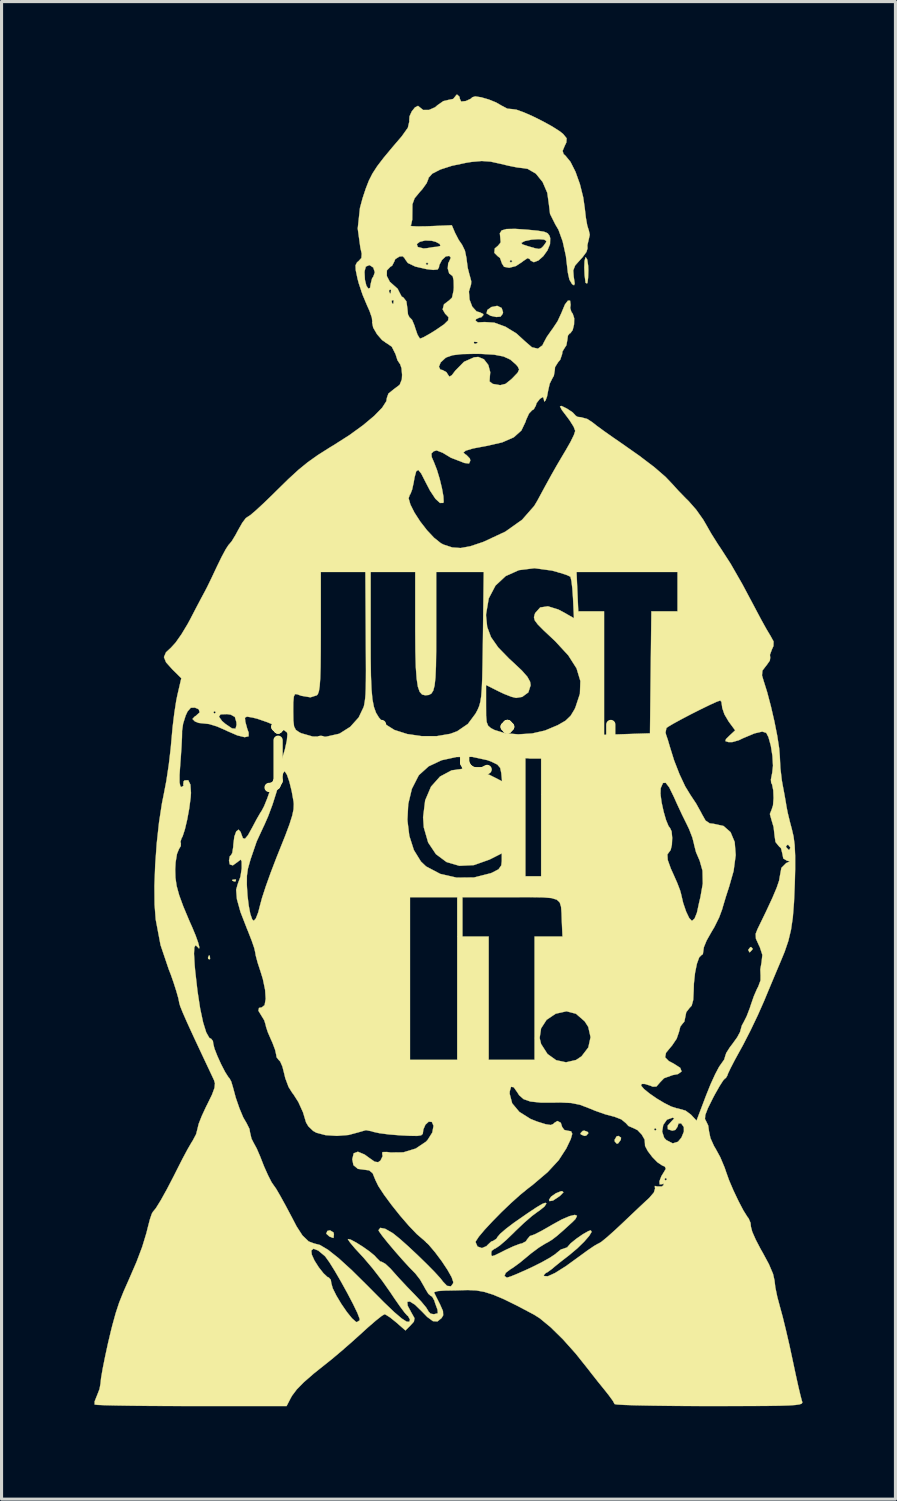
<source format=kicad_pcb>
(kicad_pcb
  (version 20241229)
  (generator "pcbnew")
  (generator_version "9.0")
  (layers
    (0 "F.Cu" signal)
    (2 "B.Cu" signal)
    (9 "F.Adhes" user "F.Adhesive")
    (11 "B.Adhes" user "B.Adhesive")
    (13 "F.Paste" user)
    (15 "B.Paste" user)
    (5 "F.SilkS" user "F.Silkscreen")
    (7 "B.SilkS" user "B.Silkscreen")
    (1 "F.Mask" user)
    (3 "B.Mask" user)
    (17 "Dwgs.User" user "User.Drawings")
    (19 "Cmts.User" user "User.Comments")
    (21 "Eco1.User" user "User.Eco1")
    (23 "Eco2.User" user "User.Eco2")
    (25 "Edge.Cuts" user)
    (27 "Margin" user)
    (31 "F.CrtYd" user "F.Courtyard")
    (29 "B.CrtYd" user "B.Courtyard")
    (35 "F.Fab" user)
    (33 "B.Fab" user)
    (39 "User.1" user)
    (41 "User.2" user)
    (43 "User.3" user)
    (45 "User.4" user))
  (footprint "just-ci-it"
    (layer "F.Cu")
    (at 11.37 21.172)
    (property "Reference" "just-ci-it" (at 0 0 0) (layer "F.SilkS") (effects (font (size 1.524 1.524) (thickness 0.3))))
    (attr through_hole)
    (fp_poly (pts (xy -7.648 6.632) (xy -7.638 6.733) (xy -7.648 6.745) (xy -7.699 6.733) (xy -7.705 6.689) (xy -7.674 6.619) (xy -7.648 6.632)) (stroke (width 0.01) (type solid)) (fill yes) (layer "F.SilkS"))
    (fp_poly (pts (xy -6.802 4.177) (xy -6.813 4.227) (xy -6.858 4.233) (xy -6.928 4.202) (xy -6.914 4.177) (xy -6.814 4.167) (xy -6.802 4.177)) (stroke (width 0.01) (type solid)) (fill yes) (layer "F.SilkS"))
    (fp_poly (pts (xy 4.558 12.322) (xy 4.572 12.361) (xy 4.503 12.436) (xy 4.445 12.446) (xy 4.332 12.4) (xy 4.318 12.361) (xy 4.387 12.286) (xy 4.445 12.277) (xy 4.558 12.322)) (stroke (width 0.01) (type solid)) (fill yes) (layer "F.SilkS"))
    (fp_poly (pts (xy 5.628 12.502) (xy 5.619 12.573) (xy 5.536 12.685) (xy 5.494 12.7) (xy 5.427 12.631) (xy 5.419 12.573) (xy 5.485 12.461) (xy 5.543 12.446) (xy 5.628 12.502)) (stroke (width 0.01) (type solid)) (fill yes) (layer "F.SilkS"))
    (fp_poly (pts (xy 9.877 6.402) (xy 9.864 6.435) (xy 9.788 6.515) (xy 9.774 6.519) (xy 9.738 6.454) (xy 9.737 6.435) (xy 9.802 6.353) (xy 9.826 6.35) (xy 9.877 6.402)) (stroke (width 0.01) (type solid)) (fill yes) (layer "F.SilkS"))
    (fp_poly (pts (xy -3.655 15.562) (xy -3.641 15.621) (xy -3.652 15.73) (xy -3.662 15.741) (xy -3.747 15.709) (xy -3.789 15.692) (xy -3.888 15.602) (xy -3.854 15.515) (xy -3.768 15.494) (xy -3.655 15.562)) (stroke (width 0.01) (type solid)) (fill yes) (layer "F.SilkS"))
    (fp_poly (pts (xy 1.773 -14.281) (xy 1.819 -14.141) (xy 1.806 -14.091) (xy 1.738 -14.001) (xy 1.601 -13.989) (xy 1.418 -14.028) (xy 1.285 -14.106) (xy 1.312 -14.216) (xy 1.445 -14.312) (xy 1.63 -14.349) (xy 1.773 -14.281)) (stroke (width 0.01) (type solid)) (fill yes) (layer "F.SilkS"))
    (fp_poly (pts (xy 3.769 14.266) (xy 3.662 14.376) (xy 3.641 14.393) (xy 3.431 14.533) (xy 3.319 14.551) (xy 3.302 14.509) (xy 3.37 14.407) (xy 3.523 14.299) (xy 3.687 14.233) (xy 3.725 14.229) (xy 3.769 14.266)) (stroke (width 0.01) (type solid)) (fill yes) (layer "F.SilkS"))
    (fp_poly (pts (xy 4.537 -15.841) (xy 4.566 -15.646) (xy 4.572 -15.494) (xy 4.564 -15.252) (xy 4.545 -15.099) (xy 4.53 -15.071) (xy 4.483 -15.092) (xy 4.452 -15.335) (xy 4.441 -15.589) (xy 4.45 -15.799) (xy 4.479 -15.911) (xy 4.49 -15.917) (xy 4.537 -15.841)) (stroke (width 0.01) (type solid)) (fill yes) (layer "F.SilkS"))
    (fp_poly (pts (xy 2.582 -16.809) (xy 2.928 -16.776) (xy 3.142 -16.742) (xy 3.26 -16.691) (xy 3.317 -16.612) (xy 3.341 -16.537) (xy 3.335 -16.343) (xy 3.251 -16.138) (xy 3.116 -15.951) (xy 2.96 -15.814) (xy 2.813 -15.758) (xy 2.705 -15.813) (xy 2.686 -15.854) (xy 2.614 -15.891) (xy 2.464 -15.791) (xy 2.44 -15.769) (xy 2.231 -15.633) (xy 2.019 -15.578) (xy 1.852 -15.609) (xy 1.778 -15.726) (xy 1.778 -15.739) (xy 1.759 -15.79) (xy 2.032 -15.79) (xy 2.074 -15.748) (xy 2.117 -15.79) (xy 2.074 -15.833) (xy 2.032 -15.79) (xy 1.759 -15.79) (xy 1.719 -15.897) (xy 1.651 -15.948) (xy 1.538 -16.059) (xy 1.551 -16.202) (xy 1.653 -16.287) (xy 1.73 -16.379) (xy 2.407 -16.379) (xy 2.444 -16.334) (xy 2.625 -16.274) (xy 2.856 -16.207) (xy 2.979 -16.186) (xy 3.05 -16.211) (xy 3.116 -16.273) (xy 3.205 -16.397) (xy 3.217 -16.442) (xy 3.144 -16.488) (xy 2.966 -16.502) (xy 2.743 -16.487) (xy 2.537 -16.444) (xy 2.498 -16.43) (xy 2.407 -16.379) (xy 1.73 -16.379) (xy 1.743 -16.395) (xy 1.731 -16.541) (xy 1.715 -16.691) (xy 1.774 -16.784) (xy 1.931 -16.829) (xy 2.21 -16.834) (xy 2.582 -16.809)) (stroke (width 0.01) (type solid)) (fill yes) (layer "F.SilkS"))
    (fp_poly (pts (xy 0.413 -21.098) (xy 0.423 -21.034) (xy 0.466 -20.944) (xy 0.614 -20.96) (xy 0.772 -21.031) (xy 0.829 -21.083) (xy 0.921 -21.11) (xy 1.113 -21.081) (xy 1.355 -21.011) (xy 1.592 -20.916) (xy 1.77 -20.813) (xy 1.959 -20.714) (xy 2.114 -20.7) (xy 2.249 -20.682) (xy 2.488 -20.596) (xy 2.789 -20.463) (xy 3.111 -20.302) (xy 3.413 -20.135) (xy 3.654 -19.981) (xy 3.762 -19.893) (xy 3.871 -19.758) (xy 3.862 -19.624) (xy 3.811 -19.518) (xy 3.741 -19.351) (xy 3.774 -19.248) (xy 3.832 -19.197) (xy 3.995 -18.998) (xy 4.157 -18.677) (xy 4.3 -18.278) (xy 4.407 -17.849) (xy 4.455 -17.513) (xy 4.492 -17.196) (xy 4.537 -16.942) (xy 4.581 -16.801) (xy 4.585 -16.795) (xy 4.617 -16.643) (xy 4.586 -16.499) (xy 4.541 -16.309) (xy 4.545 -16.203) (xy 4.511 -16.09) (xy 4.385 -15.918) (xy 4.313 -15.84) (xy 4.146 -15.652) (xy 4.084 -15.492) (xy 4.1 -15.286) (xy 4.104 -15.264) (xy 4.132 -15.07) (xy 4.11 -15.013) (xy 4.047 -15.05) (xy 3.961 -15.197) (xy 3.912 -15.418) (xy 3.911 -15.426) (xy 3.848 -15.958) (xy 3.743 -16.432) (xy 3.608 -16.805) (xy 3.507 -16.976) (xy 3.336 -17.318) (xy 3.302 -17.602) (xy 3.247 -17.998) (xy 3.096 -18.348) (xy 2.877 -18.618) (xy 2.611 -18.772) (xy 2.468 -18.794) (xy 2.28 -18.816) (xy 1.998 -18.872) (xy 1.748 -18.932) (xy 1.417 -19.005) (xy 1.132 -19.025) (xy 0.807 -18.996) (xy 0.635 -18.969) (xy 0.17 -18.871) (xy -0.204 -18.751) (xy -0.464 -18.618) (xy -0.586 -18.483) (xy -0.592 -18.449) (xy -0.648 -18.309) (xy -0.787 -18.115) (xy -0.863 -18.031) (xy -1.036 -17.822) (xy -1.107 -17.628) (xy -1.11 -17.371) (xy -1.113 -17.132) (xy -1.148 -16.972) (xy -1.17 -16.943) (xy -1.132 -16.923) (xy -0.957 -16.913) (xy -0.68 -16.916) (xy -0.544 -16.921) (xy 0.165 -16.951) (xy 0.268 -16.709) (xy 0.386 -16.48) (xy 0.498 -16.317) (xy 0.588 -16.131) (xy 0.64 -15.88) (xy 0.642 -15.851) (xy 0.678 -15.576) (xy 0.739 -15.336) (xy 0.744 -15.325) (xy 0.792 -15.143) (xy 0.786 -15.043) (xy 0.717 -14.813) (xy 0.736 -14.555) (xy 0.824 -14.323) (xy 0.964 -14.17) (xy 1.071 -14.139) (xy 1.175 -14.089) (xy 1.185 -14.055) (xy 1.117 -13.98) (xy 1.058 -13.97) (xy 0.946 -13.918) (xy 0.931 -13.874) (xy 1.007 -13.815) (xy 1.225 -13.826) (xy 1.226 -13.826) (xy 1.538 -13.806) (xy 1.897 -13.675) (xy 2.252 -13.457) (xy 2.527 -13.205) (xy 2.752 -13.011) (xy 2.945 -12.967) (xy 3.09 -13.074) (xy 3.126 -13.149) (xy 3.232 -13.347) (xy 3.389 -13.571) (xy 3.408 -13.594) (xy 3.58 -13.853) (xy 3.714 -14.143) (xy 3.719 -14.159) (xy 3.819 -14.396) (xy 3.914 -14.518) (xy 3.982 -14.518) (xy 4 -14.383) (xy 3.986 -14.279) (xy 4.023 -14.158) (xy 4.069 -14.092) (xy 4.115 -13.95) (xy 4.111 -13.752) (xy 4.066 -13.567) (xy 3.992 -13.466) (xy 3.973 -13.462) (xy 3.913 -13.39) (xy 3.895 -13.255) (xy 3.863 -13.076) (xy 3.81 -12.996) (xy 3.737 -12.876) (xy 3.725 -12.79) (xy 3.664 -12.609) (xy 3.595 -12.528) (xy 3.497 -12.372) (xy 3.489 -12.277) (xy 3.459 -12.093) (xy 3.409 -12.007) (xy 3.324 -11.834) (xy 3.274 -11.612) (xy 3.239 -11.426) (xy 3.191 -11.296) (xy 3.149 -11.259) (xy 3.133 -11.342) (xy 3.108 -11.408) (xy 3.008 -11.347) (xy 3.006 -11.345) (xy 2.898 -11.206) (xy 2.879 -11.132) (xy 2.811 -11.01) (xy 2.756 -10.978) (xy 2.656 -10.871) (xy 2.563 -10.667) (xy 2.546 -10.609) (xy 2.41 -10.324) (xy 2.166 -10.106) (xy 1.794 -9.943) (xy 1.277 -9.825) (xy 1.246 -9.82) (xy 0.848 -9.745) (xy 0.614 -9.675) (xy 0.538 -9.61) (xy 0.615 -9.545) (xy 0.635 -9.537) (xy 0.748 -9.42) (xy 0.762 -9.353) (xy 0.721 -9.26) (xy 0.574 -9.276) (xy 0.572 -9.277) (xy 0.134 -9.447) (xy -0.127 -9.605) (xy -0.325 -9.682) (xy -0.421 -9.654) (xy -0.493 -9.582) (xy -0.484 -9.468) (xy -0.409 -9.295) (xy -0.316 -9.057) (xy -0.227 -8.763) (xy -0.154 -8.461) (xy -0.107 -8.2) (xy -0.098 -8.027) (xy -0.111 -7.988) (xy -0.217 -7.986) (xy -0.365 -8.123) (xy -0.538 -8.384) (xy -0.683 -8.662) (xy -0.823 -8.937) (xy -0.918 -9.053) (xy -0.984 -9.01) (xy -1.039 -8.807) (xy -1.066 -8.647) (xy -1.116 -8.419) (xy -1.172 -8.272) (xy -1.19 -8.252) (xy -1.23 -8.138) (xy -1.172 -7.935) (xy -1.04 -7.673) (xy -0.854 -7.386) (xy -0.636 -7.105) (xy -0.408 -6.862) (xy -0.19 -6.688) (xy -0.1 -6.641) (xy 0.179 -6.55) (xy 0.45 -6.531) (xy 0.762 -6.588) (xy 1.168 -6.724) (xy 1.196 -6.735) (xy 1.893 -7.06) (xy 2.434 -7.444) (xy 2.825 -7.89) (xy 2.921 -8.05) (xy 3.174 -8.518) (xy 3.373 -8.88) (xy 3.544 -9.182) (xy 3.712 -9.468) (xy 3.844 -9.689) (xy 3.998 -9.959) (xy 4.107 -10.183) (xy 4.149 -10.312) (xy 4.149 -10.312) (xy 4.099 -10.446) (xy 3.973 -10.647) (xy 3.895 -10.753) (xy 3.718 -10.986) (xy 3.656 -11.104) (xy 3.706 -11.118) (xy 3.871 -11.037) (xy 3.894 -11.024) (xy 4.065 -10.91) (xy 4.147 -10.823) (xy 4.148 -10.816) (xy 4.22 -10.766) (xy 4.334 -10.753) (xy 4.536 -10.698) (xy 4.694 -10.596) (xy 4.837 -10.483) (xy 5.082 -10.304) (xy 5.388 -10.088) (xy 5.588 -9.951) (xy 6.214 -9.512) (xy 6.701 -9.142) (xy 7.064 -8.828) (xy 7.281 -8.6) (xy 7.473 -8.388) (xy 7.713 -8.14) (xy 7.815 -8.04) (xy 8.054 -7.768) (xy 8.281 -7.447) (xy 8.355 -7.32) (xy 8.541 -6.994) (xy 8.758 -6.649) (xy 8.842 -6.525) (xy 9.165 -6.024) (xy 9.543 -5.365) (xy 9.978 -4.548) (xy 9.987 -4.53) (xy 10.157 -4.21) (xy 10.319 -3.918) (xy 10.441 -3.714) (xy 10.45 -3.7) (xy 10.551 -3.515) (xy 10.547 -3.367) (xy 10.497 -3.256) (xy 10.434 -3.086) (xy 10.443 -2.991) (xy 10.431 -2.898) (xy 10.326 -2.748) (xy 10.314 -2.735) (xy 10.192 -2.575) (xy 10.178 -2.421) (xy 10.224 -2.263) (xy 10.345 -1.878) (xy 10.466 -1.419) (xy 10.578 -0.933) (xy 10.67 -0.469) (xy 10.731 -0.074) (xy 10.753 0.194) (xy 10.771 0.568) (xy 10.818 0.969) (xy 10.843 1.11) (xy 10.901 1.417) (xy 10.949 1.692) (xy 10.966 1.801) (xy 11.007 2.013) (xy 11.079 2.31) (xy 11.138 2.531) (xy 11.196 2.779) (xy 11.232 3.056) (xy 11.248 3.398) (xy 11.248 3.843) (xy 11.237 4.285) (xy 11.211 4.902) (xy 11.173 5.39) (xy 11.114 5.792) (xy 11.029 6.148) (xy 10.909 6.5) (xy 10.797 6.773) (xy 10.677 7.056) (xy 10.518 7.435) (xy 10.344 7.851) (xy 10.247 8.086) (xy 10.044 8.545) (xy 9.803 9.049) (xy 9.565 9.513) (xy 9.477 9.672) (xy 9.301 9.993) (xy 9.161 10.263) (xy 9.076 10.444) (xy 9.059 10.498) (xy 9.009 10.581) (xy 8.993 10.583) (xy 8.927 10.653) (xy 8.807 10.84) (xy 8.655 11.108) (xy 8.596 11.219) (xy 8.431 11.552) (xy 8.347 11.77) (xy 8.336 11.901) (xy 8.366 11.956) (xy 8.441 12.111) (xy 8.467 12.295) (xy 8.513 12.516) (xy 8.63 12.776) (xy 8.677 12.853) (xy 8.831 13.134) (xy 8.972 13.47) (xy 9.016 13.6) (xy 9.114 13.875) (xy 9.256 14.208) (xy 9.419 14.55) (xy 9.577 14.852) (xy 9.709 15.063) (xy 9.746 15.109) (xy 9.807 15.252) (xy 9.821 15.381) (xy 9.863 15.54) (xy 9.975 15.795) (xy 10.135 16.101) (xy 10.202 16.218) (xy 10.401 16.587) (xy 10.534 16.9) (xy 10.583 17.118) (xy 10.583 17.122) (xy 10.608 17.334) (xy 10.671 17.64) (xy 10.759 17.969) (xy 10.844 18.281) (xy 10.948 18.706) (xy 11.06 19.189) (xy 11.165 19.676) (xy 11.173 19.714) (xy 11.265 20.147) (xy 11.349 20.528) (xy 11.419 20.823) (xy 11.465 20.997) (xy 11.473 21.018) (xy 11.48 21.057) (xy 11.457 21.089) (xy 11.388 21.113) (xy 11.257 21.132) (xy 11.048 21.146) (xy 10.745 21.156) (xy 10.333 21.162) (xy 9.796 21.165) (xy 9.118 21.166) (xy 8.476 21.167) (xy 7.775 21.165) (xy 7.131 21.16) (xy 6.563 21.152) (xy 6.088 21.142) (xy 5.727 21.13) (xy 5.497 21.116) (xy 5.419 21.102) (xy 5.369 21.006) (xy 5.239 20.826) (xy 5.101 20.651) (xy 4.881 20.38) (xy 4.668 20.11) (xy 4.572 19.985) (xy 4.165 19.474) (xy 3.751 19.011) (xy 3.356 18.623) (xy 3.007 18.335) (xy 2.825 18.219) (xy 2.279 17.93) (xy 1.848 17.718) (xy 1.503 17.572) (xy 1.215 17.481) (xy 0.953 17.434) (xy 0.688 17.422) (xy 0.593 17.424) (xy 0.307 17.432) (xy -0.016 17.438) (xy -0.07 17.439) (xy -0.285 17.455) (xy -0.4 17.488) (xy -0.406 17.506) (xy -0.352 17.615) (xy -0.253 17.812) (xy -0.217 17.882) (xy -0.121 18.1) (xy -0.114 18.237) (xy -0.166 18.326) (xy -0.299 18.435) (xy -0.443 18.426) (xy -0.629 18.29) (xy -0.794 18.119) (xy -1.023 17.896) (xy -1.188 17.792) (xy -1.272 17.803) (xy -1.26 17.928) (xy -1.134 18.163) (xy -1.13 18.169) (xy -1.04 18.33) (xy -1.059 18.441) (xy -1.161 18.555) (xy -1.332 18.726) (xy -1.63 18.465) (xy -1.823 18.309) (xy -1.969 18.216) (xy -2.007 18.203) (xy -2.099 18.258) (xy -2.284 18.404) (xy -2.533 18.619) (xy -2.735 18.803) (xy -3.069 19.104) (xy -3.417 19.407) (xy -3.723 19.664) (xy -3.837 19.755) (xy -4.285 20.112) (xy -4.611 20.396) (xy -4.839 20.628) (xy -4.989 20.827) (xy -5.033 20.904) (xy -5.169 21.167) (xy -8.243 21.167) (xy -8.948 21.165) (xy -9.599 21.162) (xy -10.176 21.156) (xy -10.66 21.148) (xy -11.033 21.139) (xy -11.274 21.129) (xy -11.365 21.118) (xy -11.365 21.018) (xy -11.296 20.844) (xy -11.295 20.843) (xy -11.208 20.62) (xy -11.176 20.447) (xy -11.157 20.262) (xy -11.104 19.955) (xy -11.026 19.566) (xy -10.933 19.137) (xy -10.831 18.709) (xy -10.794 18.562) (xy -10.685 18.167) (xy -10.573 17.826) (xy -10.43 17.469) (xy -10.268 17.103) (xy -10.014 16.517) (xy -9.873 16.144) (xy -4.371 16.144) (xy -4.356 16.277) (xy -4.269 16.469) (xy -4.13 16.688) (xy -3.977 16.882) (xy -3.848 17.002) (xy -3.806 17.018) (xy -3.742 17.09) (xy -3.725 17.202) (xy -3.68 17.364) (xy -3.563 17.6) (xy -3.402 17.869) (xy -3.225 18.127) (xy -3.058 18.334) (xy -2.93 18.448) (xy -2.899 18.457) (xy -2.81 18.399) (xy -2.81 18.352) (xy -2.883 18.161) (xy -3.023 17.871) (xy -3.206 17.522) (xy -3.409 17.154) (xy -3.61 16.808) (xy -3.787 16.524) (xy -3.918 16.342) (xy -3.939 16.32) (xy -4.147 16.147) (xy -4.298 16.088) (xy -4.371 16.144) (xy -9.873 16.144) (xy -9.829 16.027) (xy -9.694 15.583) (xy -9.651 15.409) (xy -9.583 15.147) (xy -9.52 14.96) (xy -9.487 14.901) (xy -9.387 14.778) (xy -9.231 14.526) (xy -9.033 14.17) (xy -8.808 13.737) (xy -8.703 13.528) (xy -8.53 13.187) (xy -8.366 12.88) (xy -8.236 12.656) (xy -8.201 12.602) (xy -8.089 12.391) (xy -8.043 12.209) (xy -8.006 12.056) (xy -7.907 11.804) (xy -7.766 11.501) (xy -7.733 11.437) (xy -7.576 11.115) (xy -7.496 10.898) (xy -7.481 10.748) (xy -7.511 10.646) (xy -7.588 10.481) (xy -7.714 10.214) (xy -7.863 9.897) (xy -7.899 9.821) (xy -8.173 9.236) (xy -8.378 8.789) (xy -8.519 8.468) (xy -8.603 8.258) (xy -8.635 8.147) (xy -8.636 8.136) (xy -8.662 8.005) (xy -8.728 7.772) (xy -8.816 7.496) (xy -8.908 7.233) (xy -8.972 7.07) (xy -9.237 6.285) (xy -9.393 5.461) (xy -9.43 4.977) (xy -9.435 4.375) (xy -9.415 3.839) (xy -8.765 3.839) (xy -8.757 4.11) (xy -8.718 4.377) (xy -8.636 4.676) (xy -8.502 5.042) (xy -8.305 5.511) (xy -8.214 5.715) (xy -8.104 5.98) (xy -8.024 6.204) (xy -7.985 6.354) (xy -7.994 6.399) (xy -8.027 6.362) (xy -8.104 6.291) (xy -8.147 6.355) (xy -8.158 6.564) (xy -8.137 6.927) (xy -8.12 7.112) (xy -8.045 7.772) (xy -7.959 8.334) (xy -7.863 8.784) (xy -7.763 9.105) (xy -7.662 9.283) (xy -7.601 9.313) (xy -7.547 9.384) (xy -7.535 9.475) (xy -7.498 9.625) (xy -7.405 9.863) (xy -7.282 10.134) (xy -7.154 10.381) (xy -7.048 10.549) (xy -7.015 10.584) (xy -6.956 10.69) (xy -6.899 10.881) (xy -6.808 11.218) (xy -6.69 11.559) (xy -6.569 11.848) (xy -6.464 12.028) (xy -6.463 12.029) (xy -6.367 12.221) (xy -6.35 12.328) (xy -6.303 12.531) (xy -6.238 12.66) (xy -6.132 12.855) (xy -6.025 13.103) (xy -6.017 13.123) (xy -5.897 13.429) (xy -5.768 13.717) (xy -5.654 13.941) (xy -5.576 14.054) (xy -5.575 14.055) (xy -5.507 14.151) (xy -5.377 14.374) (xy -5.198 14.699) (xy -4.984 15.102) (xy -4.846 15.367) (xy -4.658 15.658) (xy -4.456 15.853) (xy -4.285 15.917) (xy -4.093 15.967) (xy -3.832 16.122) (xy -3.494 16.389) (xy -3.071 16.774) (xy -2.554 17.285) (xy -2.462 17.378) (xy -2.026 17.817) (xy -1.692 18.136) (xy -1.45 18.342) (xy -1.292 18.443) (xy -1.207 18.446) (xy -1.185 18.378) (xy -1.247 18.264) (xy -1.275 18.243) (xy -1.357 18.152) (xy -1.506 17.952) (xy -1.697 17.678) (xy -1.818 17.497) (xy -2.084 17.119) (xy -2.389 16.725) (xy -2.677 16.385) (xy -2.748 16.308) (xy -2.963 16.075) (xy -3.118 15.89) (xy -3.188 15.786) (xy -3.188 15.775) (xy -3.1 15.794) (xy -2.925 15.887) (xy -2.707 16.024) (xy -2.493 16.175) (xy -2.328 16.311) (xy -2.263 16.384) (xy -2.149 16.497) (xy -2.091 16.514) (xy -1.98 16.576) (xy -1.815 16.73) (xy -1.736 16.819) (xy -1.542 17.036) (xy -1.285 17.311) (xy -1.037 17.566) (xy -0.822 17.794) (xy -0.664 17.985) (xy -0.594 18.1) (xy -0.593 18.108) (xy -0.521 18.184) (xy -0.414 18.203) (xy -0.287 18.172) (xy -0.296 18.058) (xy -0.297 18.055) (xy -0.375 17.842) (xy -0.4 17.759) (xy -0.47 17.634) (xy -0.514 17.611) (xy -0.593 17.542) (xy -0.697 17.371) (xy -0.721 17.324) (xy -0.859 17.084) (xy -1.009 16.89) (xy -1.02 16.879) (xy -1.212 16.682) (xy -1.441 16.431) (xy -1.68 16.158) (xy -1.902 15.895) (xy -2.079 15.674) (xy -2.184 15.527) (xy -2.201 15.489) (xy -2.143 15.414) (xy -1.985 15.445) (xy -1.756 15.576) (xy -1.711 15.608) (xy -1.508 15.773) (xy -1.242 16.01) (xy -0.947 16.286) (xy -0.654 16.571) (xy -0.395 16.833) (xy -0.204 17.042) (xy -0.118 17.153) (xy 0.01 17.286) (xy 0.137 17.302) (xy 0.209 17.201) (xy 0.212 17.161) (xy 0.16 17.008) (xy 0.026 16.77) (xy -0.161 16.488) (xy -0.373 16.205) (xy -0.578 15.962) (xy -0.668 15.876) (xy 0.931 15.876) (xy 0.995 16.018) (xy 1.138 16.067) (xy 1.287 16.003) (xy 1.313 15.973) (xy 1.435 15.858) (xy 1.503 15.833) (xy 1.607 15.765) (xy 1.637 15.712) (xy 1.725 15.608) (xy 1.916 15.443) (xy 2.169 15.251) (xy 2.205 15.226) (xy 2.611 14.944) (xy 2.898 14.753) (xy 3.083 14.643) (xy 3.184 14.605) (xy 3.217 14.628) (xy 3.217 14.633) (xy 3.152 14.729) (xy 2.99 14.859) (xy 2.942 14.89) (xy 2.751 15.032) (xy 2.494 15.255) (xy 2.219 15.516) (xy 2.162 15.574) (xy 1.919 15.808) (xy 1.711 15.986) (xy 1.573 16.079) (xy 1.548 16.087) (xy 1.452 16.155) (xy 1.439 16.214) (xy 1.44 16.295) (xy 1.467 16.326) (xy 1.556 16.299) (xy 1.741 16.209) (xy 1.898 16.129) (xy 2.151 16.011) (xy 2.353 15.934) (xy 2.43 15.917) (xy 2.558 15.849) (xy 2.594 15.79) (xy 2.686 15.678) (xy 2.734 15.663) (xy 2.846 15.622) (xy 3.06 15.512) (xy 3.334 15.356) (xy 3.398 15.318) (xy 3.713 15.144) (xy 3.966 15.036) (xy 4.137 14.995) (xy 4.207 15.025) (xy 4.157 15.128) (xy 4.063 15.224) (xy 3.765 15.495) (xy 3.556 15.677) (xy 3.401 15.796) (xy 3.266 15.879) (xy 3.185 15.921) (xy 2.978 16.049) (xy 2.723 16.239) (xy 2.592 16.348) (xy 2.357 16.542) (xy 2.142 16.699) (xy 2.053 16.754) (xy 1.907 16.865) (xy 1.864 16.967) (xy 1.938 17.018) (xy 1.953 17.018) (xy 2.065 16.984) (xy 2.29 16.892) (xy 2.587 16.76) (xy 2.737 16.691) (xy 3.06 16.53) (xy 3.333 16.377) (xy 3.51 16.259) (xy 3.546 16.226) (xy 3.688 16.112) (xy 3.771 16.087) (xy 3.892 16.043) (xy 3.909 16.02) (xy 4.002 15.914) (xy 4.182 15.768) (xy 4.391 15.623) (xy 4.572 15.52) (xy 4.651 15.494) (xy 4.678 15.544) (xy 4.598 15.675) (xy 4.436 15.862) (xy 4.215 16.077) (xy 3.958 16.293) (xy 3.909 16.331) (xy 3.675 16.512) (xy 3.487 16.664) (xy 3.409 16.732) (xy 3.255 16.845) (xy 3.198 16.872) (xy 3.133 16.94) (xy 3.146 16.97) (xy 3.265 16.977) (xy 3.5 16.87) (xy 3.843 16.654) (xy 4.275 16.341) (xy 4.542 16.146) (xy 4.759 15.998) (xy 4.892 15.922) (xy 4.91 15.917) (xy 4.998 15.862) (xy 5.18 15.713) (xy 5.425 15.494) (xy 5.646 15.288) (xy 5.947 15.002) (xy 6.227 14.737) (xy 6.449 14.529) (xy 6.545 14.44) (xy 6.688 14.272) (xy 6.728 14.141) (xy 6.722 14.124) (xy 6.719 14.061) (xy 6.799 14.079) (xy 6.945 14.079) (xy 6.995 14.038) (xy 7.002 13.984) (xy 6.956 14.004) (xy 6.874 14.011) (xy 6.867 13.911) (xy 6.893 13.843) (xy 7.027 13.843) (xy 7.07 13.885) (xy 7.112 13.843) (xy 7.07 13.801) (xy 7.027 13.843) (xy 6.893 13.843) (xy 6.93 13.746) (xy 6.99 13.649) (xy 7.074 13.508) (xy 7.042 13.437) (xy 6.951 13.397) (xy 6.803 13.298) (xy 6.637 13.128) (xy 6.491 12.935) (xy 6.403 12.769) (xy 6.399 12.69) (xy 6.39 12.566) (xy 6.294 12.4) (xy 6.204 12.306) (xy 6.954 12.306) (xy 7.02 12.507) (xy 7.091 12.582) (xy 7.298 12.687) (xy 7.465 12.635) (xy 7.578 12.5) (xy 7.657 12.306) (xy 7.655 12.162) (xy 7.567 12.04) (xy 7.481 12.046) (xy 7.451 12.15) (xy 7.38 12.253) (xy 7.281 12.277) (xy 7.139 12.231) (xy 7.132 12.116) (xy 7.26 11.971) (xy 7.345 11.881) (xy 7.296 11.856) (xy 7.109 11.922) (xy 6.99 12.091) (xy 6.954 12.306) (xy 6.204 12.306) (xy 6.156 12.255) (xy 6.112 12.234) (xy 6.689 12.234) (xy 6.731 12.277) (xy 6.773 12.234) (xy 6.731 12.192) (xy 6.689 12.234) (xy 6.112 12.234) (xy 6.023 12.192) (xy 6.022 12.192) (xy 5.868 12.126) (xy 5.784 12.033) (xy 5.638 11.913) (xy 5.409 11.824) (xy 5.371 11.816) (xy 5.113 11.747) (xy 4.793 11.634) (xy 4.601 11.555) (xy 4.303 11.441) (xy 4.015 11.383) (xy 3.663 11.367) (xy 3.49 11.37) (xy 3.028 11.37) (xy 2.702 11.336) (xy 2.482 11.259) (xy 2.338 11.132) (xy 2.287 11.051) (xy 2.164 10.875) (xy 2.077 10.861) (xy 2.035 11.008) (xy 2.032 11.085) (xy 2.113 11.394) (xy 2.345 11.671) (xy 2.707 11.899) (xy 2.92 11.984) (xy 3.197 12.07) (xy 3.359 12.094) (xy 3.445 12.059) (xy 3.466 12.031) (xy 3.574 11.964) (xy 3.683 12.022) (xy 3.725 12.155) (xy 3.796 12.254) (xy 3.895 12.277) (xy 4.015 12.297) (xy 4.053 12.378) (xy 4.005 12.547) (xy 3.87 12.83) (xy 3.86 12.851) (xy 3.615 13.23) (xy 3.259 13.615) (xy 2.771 14.03) (xy 2.625 14.141) (xy 2.37 14.349) (xy 2.076 14.613) (xy 1.769 14.906) (xy 1.477 15.204) (xy 1.223 15.477) (xy 1.035 15.701) (xy 0.939 15.848) (xy 0.931 15.876) (xy -0.668 15.876) (xy -0.748 15.8) (xy -0.762 15.79) (xy -0.963 15.617) (xy -1.218 15.351) (xy -1.499 15.026) (xy -1.776 14.679) (xy -2.022 14.346) (xy -2.207 14.064) (xy -2.3 13.872) (xy -2.391 13.65) (xy -2.506 13.557) (xy -2.589 13.547) (xy -2.866 13.51) (xy -3.011 13.39) (xy -3.048 13.199) (xy -3.002 13.008) (xy -2.867 12.957) (xy -2.649 13.048) (xy -2.502 13.155) (xy -2.325 13.279) (xy -2.213 13.295) (xy -2.136 13.24) (xy -2.068 13.1) (xy -2.082 13.026) (xy -2.074 12.968) (xy -1.932 12.965) (xy -1.812 12.981) (xy -1.401 12.977) (xy -0.999 12.854) (xy -0.671 12.634) (xy -0.617 12.577) (xy -0.465 12.337) (xy -0.425 12.12) (xy -0.479 11.995) (xy -0.58 11.986) (xy -0.688 12.085) (xy -0.756 12.242) (xy -0.762 12.299) (xy -0.773 12.38) (xy -0.826 12.427) (xy -0.954 12.446) (xy -1.191 12.443) (xy -1.511 12.427) (xy -1.867 12.398) (xy -2.172 12.358) (xy -2.374 12.314) (xy -2.414 12.298) (xy -2.606 12.26) (xy -2.847 12.329) (xy -3.17 12.416) (xy -3.545 12.445) (xy -3.912 12.421) (xy -4.208 12.343) (xy -4.312 12.284) (xy -4.466 12.136) (xy -4.54 12.011) (xy -4.639 11.683) (xy -4.789 11.352) (xy -4.953 11.095) (xy -4.979 11.066) (xy -5.106 10.864) (xy -5.121 10.822) (xy 6.274 10.822) (xy 6.37 10.934) (xy 6.549 11.079) (xy 6.777 11.237) (xy 7.022 11.384) (xy 7.248 11.498) (xy 7.424 11.555) (xy 7.454 11.558) (xy 7.711 11.631) (xy 7.883 11.759) (xy 8.065 11.954) (xy 8.372 11.143) (xy 8.519 10.778) (xy 8.666 10.456) (xy 8.79 10.221) (xy 8.846 10.14) (xy 8.958 9.981) (xy 8.99 9.872) (xy 9.025 9.767) (xy 9.14 9.586) (xy 9.225 9.475) (xy 9.377 9.264) (xy 9.469 9.093) (xy 9.483 9.041) (xy 9.527 8.884) (xy 9.594 8.761) (xy 9.686 8.577) (xy 9.786 8.315) (xy 9.819 8.213) (xy 9.916 7.933) (xy 10.021 7.692) (xy 10.054 7.633) (xy 10.131 7.425) (xy 10.132 7.269) (xy 10.124 7.07) (xy 10.163 6.847) (xy 10.19 6.603) (xy 10.107 6.349) (xy 10.079 6.294) (xy 9.982 6.08) (xy 9.974 5.922) (xy 10.033 5.772) (xy 10.311 5.199) (xy 10.516 4.758) (xy 10.653 4.433) (xy 10.73 4.206) (xy 10.754 4.064) (xy 10.804 3.794) (xy 10.96 3.638) (xy 11.007 3.618) (xy 11.078 3.578) (xy 10.987 3.563) (xy 10.986 3.563) (xy 10.865 3.489) (xy 10.837 3.342) (xy 10.792 3.161) (xy 10.731 3.1) (xy 10.951 3.1) (xy 10.964 3.133) (xy 11.04 3.213) (xy 11.054 3.217) (xy 11.09 3.152) (xy 11.091 3.133) (xy 11.026 3.051) (xy 11.002 3.048) (xy 10.951 3.1) (xy 10.731 3.1) (xy 10.71 3.079) (xy 10.614 2.958) (xy 10.583 2.747) (xy 10.553 2.476) (xy 10.486 2.25) (xy 10.432 2.054) (xy 10.487 1.919) (xy 10.534 1.775) (xy 10.552 1.541) (xy 10.542 1.292) (xy 10.504 1.101) (xy 10.475 1.049) (xy 10.465 0.945) (xy 10.502 0.753) (xy 10.507 0.734) (xy 10.533 0.496) (xy 10.515 0.179) (xy 10.463 -0.15) (xy 10.386 -0.428) (xy 10.315 -0.565) (xy 10.185 -0.606) (xy 9.937 -0.548) (xy 9.562 -0.391) (xy 9.43 -0.327) (xy 9.221 -0.267) (xy 9.094 -0.267) (xy 8.996 -0.299) (xy 9.015 -0.363) (xy 9.125 -0.472) (xy 9.312 -0.646) (xy 9.101 -0.932) (xy 8.966 -1.161) (xy 8.894 -1.372) (xy 8.89 -1.413) (xy 8.868 -1.565) (xy 8.83 -1.609) (xy 8.721 -1.571) (xy 8.502 -1.472) (xy 8.214 -1.332) (xy 7.894 -1.171) (xy 7.583 -1.008) (xy 7.319 -0.864) (xy 7.143 -0.759) (xy 7.092 -0.72) (xy 7.064 -0.575) (xy 7.08 -0.508) (xy 7.139 -0.336) (xy 7.2 -0.127) (xy 7.34 0.323) (xy 7.515 0.772) (xy 7.699 1.164) (xy 7.867 1.439) (xy 8.051 1.716) (xy 8.214 2.01) (xy 8.235 2.053) (xy 8.356 2.266) (xy 8.492 2.357) (xy 8.616 2.371) (xy 8.936 2.441) (xy 9.163 2.641) (xy 9.296 2.959) (xy 9.329 3.381) (xy 9.261 3.894) (xy 9.116 4.403) (xy 9.012 4.723) (xy 8.915 5.048) (xy 8.895 5.122) (xy 8.796 5.39) (xy 8.64 5.705) (xy 8.534 5.884) (xy 8.391 6.137) (xy 8.302 6.353) (xy 8.286 6.456) (xy 8.269 6.58) (xy 8.231 6.604) (xy 8.151 6.682) (xy 8.076 6.889) (xy 8.016 7.185) (xy 7.979 7.531) (xy 7.973 7.74) (xy 7.957 8.059) (xy 7.907 8.243) (xy 7.838 8.316) (xy 7.733 8.452) (xy 7.705 8.591) (xy 7.671 8.757) (xy 7.615 8.821) (xy 7.541 8.918) (xy 7.499 9.087) (xy 7.423 9.308) (xy 7.271 9.533) (xy 7.25 9.556) (xy 7.079 9.763) (xy 7.05 9.908) (xy 7.168 10.029) (xy 7.329 10.114) (xy 7.538 10.248) (xy 7.583 10.365) (xy 7.466 10.45) (xy 7.294 10.483) (xy 7.017 10.583) (xy 6.89 10.714) (xy 6.77 10.852) (xy 6.647 10.857) (xy 6.591 10.83) (xy 6.399 10.769) (xy 6.294 10.768) (xy 6.274 10.822) (xy -5.121 10.822) (xy -5.211 10.581) (xy -5.241 10.454) (xy -5.303 10.208) (xy -5.375 10.044) (xy -5.411 10.007) (xy -5.491 9.908) (xy -5.503 9.83) (xy -5.539 9.667) (xy -5.628 9.431) (xy -5.673 9.333) (xy -5.775 9.097) (xy -5.835 8.913) (xy -5.842 8.868) (xy -5.89 8.714) (xy -5.966 8.589) (xy -6.078 8.406) (xy -6.06 8.315) (xy -5.969 8.297) (xy -5.878 8.223) (xy -5.843 8.023) (xy -5.862 7.731) (xy -5.935 7.38) (xy -6.011 7.134) (xy -6.103 6.853) (xy -6.164 6.624) (xy -6.181 6.521) (xy -6.212 6.384) (xy -6.296 6.14) (xy -6.415 5.835) (xy -6.448 5.756) (xy -6.657 5.218) (xy -6.772 4.804) (xy -6.797 4.498) (xy -6.754 4.35) (xy -6.452 4.35) (xy -6.431 4.684) (xy -6.392 5.008) (xy -6.34 5.28) (xy -6.278 5.458) (xy -6.229 5.503) (xy -6.161 5.427) (xy -6.084 5.23) (xy -6.028 5.011) (xy -5.96 4.758) (xy -5.954 4.741) (xy -1.185 4.741) (xy -1.185 9.991) (xy 0.339 9.991) (xy 0.339 4.741) (xy 0.508 4.741) (xy 0.508 6.011) (xy 1.355 6.011) (xy 1.355 9.991) (xy 2.095 9.991) (xy 2.836 9.991) (xy 2.836 9.287) (xy 3 9.287) (xy 3.047 9.479) (xy 3.253 9.801) (xy 3.533 10.002) (xy 3.851 10.07) (xy 4.173 9.996) (xy 4.353 9.877) (xy 4.571 9.591) (xy 4.644 9.259) (xy 4.569 8.926) (xy 4.454 8.747) (xy 4.173 8.503) (xy 3.868 8.423) (xy 3.519 8.501) (xy 3.515 8.503) (xy 3.224 8.699) (xy 3.046 8.975) (xy 3 9.287) (xy 2.836 9.287) (xy 2.836 6.011) (xy 3.287 6.011) (xy 3.738 6.011) (xy 3.716 5.524) (xy 3.707 5.253) (xy 3.692 5.052) (xy 3.649 4.911) (xy 3.554 4.821) (xy 3.385 4.769) (xy 3.12 4.746) (xy 2.736 4.74) (xy 2.211 4.741) (xy 2.064 4.741) (xy 0.508 4.741) (xy 0.339 4.741) (xy -1.185 4.741) (xy -5.954 4.741) (xy -5.84 4.391) (xy -5.682 3.95) (xy -5.501 3.477) (xy -5.412 3.254) (xy -5.212 2.755) (xy -5.073 2.382) (xy -5.032 2.251) (xy -1.269 2.251) (xy -1.207 2.76) (xy -1.06 3.219) (xy -0.832 3.589) (xy -0.667 3.746) (xy -0.209 3.988) (xy 0.323 4.109) (xy 0.883 4.103) (xy 1.424 3.966) (xy 1.461 3.951) (xy 1.672 3.841) (xy 1.762 3.713) (xy 1.778 3.572) (xy 1.778 3.325) (xy 1.383 3.525) (xy 0.878 3.704) (xy 0.409 3.727) (xy -0.006 3.605) (xy -0.348 3.35) (xy -0.599 2.974) (xy -0.739 2.489) (xy -0.762 2.159) (xy -0.695 1.615) (xy -0.507 1.173) (xy -0.216 0.846) (xy 0.158 0.646) (xy 0.599 0.583) (xy 1.087 0.67) (xy 1.387 0.795) (xy 1.787 0.998) (xy 1.762 0.732) (xy 1.727 0.567) (xy 1.634 0.458) (xy 1.44 0.363) (xy 1.312 0.316) (xy 1.027 0.254) (xy 2.54 0.254) (xy 2.54 4.064) (xy 3.048 4.064) (xy 3.048 1.414) (xy 6.901 1.414) (xy 6.937 1.681) (xy 7.002 1.978) (xy 7.081 2.252) (xy 7.162 2.447) (xy 7.208 2.505) (xy 7.26 2.617) (xy 7.279 2.823) (xy 7.269 3.047) (xy 7.229 3.217) (xy 7.197 3.26) (xy 7.124 3.36) (xy 7.135 3.538) (xy 7.235 3.818) (xy 7.322 4.009) (xy 7.443 4.283) (xy 7.532 4.515) (xy 7.561 4.618) (xy 7.633 4.925) (xy 7.728 5.204) (xy 7.827 5.412) (xy 7.913 5.502) (xy 7.92 5.503) (xy 8.002 5.429) (xy 8.076 5.245) (xy 8.09 5.186) (xy 8.142 4.943) (xy 8.185 4.76) (xy 8.19 4.741) (xy 8.267 4.3) (xy 8.258 3.885) (xy 8.165 3.556) (xy 8.158 3.542) (xy 8.048 3.286) (xy 7.986 3.044) (xy 7.984 3.027) (xy 7.931 2.817) (xy 7.824 2.54) (xy 7.753 2.392) (xy 7.598 2.078) (xy 7.427 1.711) (xy 7.334 1.503) (xy 7.184 1.196) (xy 7.07 1.047) (xy 6.982 1.053) (xy 6.914 1.206) (xy 6.907 1.233) (xy 6.901 1.414) (xy 3.048 1.414) (xy 3.048 0.254) (xy 2.54 0.254) (xy 1.027 0.254) (xy 0.823 0.21) (xy 0.317 0.214) (xy -0.165 0.319) (xy -0.582 0.515) (xy -0.89 0.793) (xy -0.912 0.824) (xy -1.125 1.243) (xy -1.242 1.732) (xy -1.269 2.251) (xy -5.032 2.251) (xy -4.986 2.106) (xy -4.943 1.9) (xy -4.936 1.733) (xy -4.944 1.651) (xy -5.004 1.316) (xy -5.078 1.015) (xy -5.156 0.789) (xy -5.225 0.681) (xy -5.238 0.677) (xy -5.289 0.753) (xy -5.369 0.954) (xy -5.465 1.244) (xy -5.503 1.371) (xy -5.624 1.751) (xy -5.762 2.122) (xy -5.889 2.412) (xy -5.907 2.447) (xy -6.135 2.941) (xy -6.334 3.523) (xy -6.419 3.825) (xy -6.45 4.05) (xy -6.452 4.35) (xy -6.754 4.35) (xy -6.735 4.285) (xy -6.733 4.281) (xy -6.658 4.079) (xy -6.618 3.816) (xy -6.617 3.785) (xy -6.619 3.585) (xy -6.65 3.527) (xy -6.728 3.584) (xy -6.739 3.595) (xy -6.904 3.713) (xy -7.003 3.682) (xy -7.027 3.556) (xy -7.001 3.418) (xy -6.964 3.386) (xy -6.922 3.311) (xy -6.892 3.122) (xy -6.887 3.038) (xy -6.855 2.783) (xy -6.793 2.615) (xy -6.719 2.559) (xy -6.65 2.638) (xy -6.634 2.69) (xy -6.579 2.835) (xy -6.512 2.854) (xy -6.414 2.737) (xy -6.27 2.477) (xy -6.135 2.222) (xy -6.017 2.018) (xy -5.97 1.947) (xy -5.893 1.799) (xy -5.793 1.552) (xy -5.724 1.355) (xy -5.612 1.035) (xy -5.496 0.73) (xy -5.44 0.596) (xy -5.32 0.289) (xy -5.223 -0.031) (xy -5.16 -0.317) (xy -5.142 -0.52) (xy -5.155 -0.578) (xy -5.272 -0.669) (xy -5.5 -0.787) (xy -5.788 -0.908) (xy -6.083 -1.01) (xy -6.259 -1.057) (xy -6.447 -1.089) (xy -6.514 -1.053) (xy -6.501 -0.926) (xy -6.5 -0.919) (xy -6.438 -0.694) (xy -6.394 -0.572) (xy -6.395 -0.454) (xy -6.522 -0.425) (xy -6.759 -0.483) (xy -7.091 -0.627) (xy -7.136 -0.65) (xy -7.416 -0.772) (xy -7.667 -0.849) (xy -7.789 -0.863) (xy -8.005 -0.885) (xy -8.128 -0.934) (xy -8.207 -1.013) (xy -8.14 -1.086) (xy -8.139 -1.087) (xy -7.353 -1.087) (xy -7.252 -0.947) (xy -7.143 -0.853) (xy -6.932 -0.71) (xy -6.817 -0.699) (xy -6.783 -0.822) (xy -6.789 -0.91) (xy -6.838 -1.078) (xy -6.969 -1.152) (xy -7.091 -1.17) (xy -7.299 -1.162) (xy -7.353 -1.087) (xy -8.139 -1.087) (xy -8.107 -1.106) (xy -7.973 -1.227) (xy -7.973 -1.228) (xy -7.535 -1.228) (xy -7.493 -1.185) (xy -7.451 -1.228) (xy -7.493 -1.27) (xy -7.535 -1.228) (xy -7.973 -1.228) (xy -7.988 -1.273) (xy -4.955 -1.273) (xy -4.95 -0.96) (xy -4.927 -0.771) (xy -4.87 -0.661) (xy -4.763 -0.586) (xy -4.699 -0.553) (xy -4.328 -0.447) (xy -3.898 -0.44) (xy -3.487 -0.532) (xy -3.449 -0.547) (xy -3.114 -0.759) (xy -2.841 -1.063) (xy -2.679 -1.404) (xy -2.665 -1.463) (xy -2.646 -1.574) (xy -2.631 -1.685) (xy -2.62 -1.817) (xy -2.613 -1.994) (xy -2.609 -2.237) (xy -2.607 -2.569) (xy -2.609 -3.012) (xy -2.612 -3.59) (xy -2.614 -4) (xy -2.625 -5.757) (xy -2.455 -5.757) (xy -2.455 -3.675) (xy -2.454 -2.969) (xy -2.446 -2.412) (xy -2.428 -1.979) (xy -2.398 -1.65) (xy -2.35 -1.402) (xy -2.282 -1.213) (xy -2.19 -1.061) (xy -2.071 -0.925) (xy -1.993 -0.85) (xy -1.688 -0.658) (xy -1.273 -0.526) (xy -0.801 -0.458) (xy -0.32 -0.459) (xy 0.117 -0.534) (xy 0.339 -0.617) (xy 0.684 -0.853) (xy 0.931 -1.185) (xy 0.997 -1.308) (xy 1.048 -1.428) (xy 1.086 -1.566) (xy 1.114 -1.747) (xy 1.133 -1.995) (xy 1.147 -2.331) (xy 1.157 -2.781) (xy 1.166 -3.366) (xy 1.17 -3.662) (xy 1.178 -4.342) (xy 1.27 -4.342) (xy 1.307 -3.983) (xy 1.43 -3.655) (xy 1.66 -3.325) (xy 2.015 -2.96) (xy 2.129 -2.856) (xy 2.424 -2.579) (xy 2.604 -2.375) (xy 2.692 -2.214) (xy 2.709 -2.102) (xy 2.635 -1.871) (xy 2.437 -1.726) (xy 2.24 -1.693) (xy 2.088 -1.73) (xy 1.851 -1.823) (xy 1.684 -1.902) (xy 1.27 -2.11) (xy 1.27 -1.451) (xy 1.272 -1.12) (xy 1.29 -0.915) (xy 1.336 -0.796) (xy 1.426 -0.718) (xy 1.545 -0.656) (xy 1.881 -0.554) (xy 2.307 -0.517) (xy 2.756 -0.545) (xy 3.162 -0.637) (xy 3.217 -0.658) (xy 3.587 -0.814) (xy 3.835 -0.957) (xy 4.001 -1.116) (xy 4.126 -1.323) (xy 4.154 -1.383) (xy 4.3 -1.825) (xy 4.315 -2.239) (xy 4.192 -2.647) (xy 3.924 -3.067) (xy 3.505 -3.521) (xy 3.411 -3.61) (xy 3.121 -3.882) (xy 2.937 -4.068) (xy 2.842 -4.197) (xy 2.817 -4.297) (xy 2.842 -4.396) (xy 2.859 -4.435) (xy 3.018 -4.613) (xy 3.268 -4.65) (xy 3.602 -4.547) (xy 3.768 -4.46) (xy 4.108 -4.266) (xy 4.078 -4.906) (xy 4.056 -5.221) (xy 4.027 -5.467) (xy 3.996 -5.598) (xy 3.991 -5.606) (xy 3.886 -5.656) (xy 3.665 -5.729) (xy 3.563 -5.758) (xy 4.191 -5.758) (xy 4.219 -5.123) (xy 4.247 -4.487) (xy 5.08 -4.487) (xy 5.08 -0.501) (xy 6.562 -0.55) (xy 6.607 -4.487) (xy 7.451 -4.487) (xy 7.451 -5.757) (xy 4.191 -5.758) (xy 3.563 -5.758) (xy 3.4 -5.803) (xy 2.834 -5.88) (xy 2.33 -5.817) (xy 1.904 -5.626) (xy 1.574 -5.318) (xy 1.357 -4.905) (xy 1.271 -4.4) (xy 1.27 -4.342) (xy 1.178 -4.342) (xy 1.196 -5.757) (xy -0.339 -5.757) (xy -0.339 -3.869) (xy -0.34 -3.22) (xy -0.347 -2.721) (xy -0.363 -2.352) (xy -0.391 -2.094) (xy -0.435 -1.927) (xy -0.497 -1.831) (xy -0.581 -1.788) (xy -0.691 -1.778) (xy -0.696 -1.778) (xy -0.795 -1.803) (xy -0.872 -1.889) (xy -0.93 -2.053) (xy -0.97 -2.314) (xy -0.997 -2.688) (xy -1.011 -3.193) (xy -1.016 -3.846) (xy -1.016 -3.985) (xy -1.016 -5.757) (xy -2.455 -5.757) (xy -2.625 -5.757) (xy -4.064 -5.757) (xy -4.064 -3.82) (xy -4.066 -3.181) (xy -4.071 -2.691) (xy -4.082 -2.33) (xy -4.1 -2.077) (xy -4.125 -1.913) (xy -4.159 -1.817) (xy -4.191 -1.778) (xy -4.398 -1.712) (xy -4.697 -1.762) (xy -4.828 -1.811) (xy -4.896 -1.816) (xy -4.935 -1.737) (xy -4.953 -1.544) (xy -4.955 -1.273) (xy -7.988 -1.273) (xy -8.006 -1.327) (xy -8.13 -1.38) (xy -8.261 -1.375) (xy -8.366 -1.255) (xy -8.427 -1.124) (xy -8.509 -0.863) (xy -8.544 -0.624) (xy -8.543 -0.602) (xy -8.546 -0.42) (xy -8.561 -0.122) (xy -8.585 0.241) (xy -8.598 0.402) (xy -8.624 0.791) (xy -8.624 1.036) (xy -8.598 1.159) (xy -8.559 1.185) (xy -8.494 1.138) (xy -8.505 1.107) (xy -8.493 0.999) (xy -8.459 0.969) (xy -8.344 0.964) (xy -8.274 1.106) (xy -8.256 1.373) (xy -8.265 1.517) (xy -8.311 1.872) (xy -8.377 2.233) (xy -8.452 2.551) (xy -8.525 2.776) (xy -8.562 2.844) (xy -8.596 2.96) (xy -8.581 2.99) (xy -8.584 3.089) (xy -8.641 3.181) (xy -8.707 3.343) (xy -8.752 3.617) (xy -8.765 3.839) (xy -9.415 3.839) (xy -9.41 3.7) (xy -9.36 3) (xy -9.286 2.322) (xy -9.192 1.711) (xy -9.137 1.439) (xy -9.05 0.986) (xy -8.97 0.452) (xy -8.908 -0.077) (xy -8.889 -0.296) (xy -8.848 -0.749) (xy -8.792 -1.206) (xy -8.731 -1.601) (xy -8.695 -1.778) (xy -8.567 -2.328) (xy -8.855 -2.613) (xy -9.059 -2.84) (xy -9.128 -3.011) (xy -9.062 -3.164) (xy -8.898 -3.317) (xy -8.75 -3.48) (xy -8.561 -3.749) (xy -8.363 -4.078) (xy -8.279 -4.233) (xy -8.106 -4.567) (xy -7.953 -4.858) (xy -7.842 -5.065) (xy -7.811 -5.122) (xy -7.731 -5.276) (xy -7.605 -5.535) (xy -7.456 -5.851) (xy -7.412 -5.944) (xy -7.264 -6.248) (xy -7.134 -6.49) (xy -7.043 -6.63) (xy -7.025 -6.648) (xy -6.941 -6.748) (xy -6.818 -6.95) (xy -6.728 -7.118) (xy -6.597 -7.348) (xy -6.482 -7.5) (xy -6.429 -7.535) (xy -6.34 -7.592) (xy -6.157 -7.748) (xy -5.904 -7.982) (xy -5.606 -8.27) (xy -5.515 -8.361) (xy -5.114 -8.754) (xy -4.784 -9.057) (xy -4.481 -9.304) (xy -4.161 -9.531) (xy -3.781 -9.772) (xy -3.641 -9.857) (xy -3.136 -10.179) (xy -2.697 -10.498) (xy -2.34 -10.797) (xy -2.084 -11.06) (xy -1.948 -11.271) (xy -1.932 -11.375) (xy -1.881 -11.518) (xy -1.7 -11.663) (xy -1.519 -11.799) (xy -1.448 -11.974) (xy -1.44 -12.124) (xy -1.459 -12.341) (xy -1.474 -12.382) (xy -0.252 -12.382) (xy -0.203 -12.29) (xy -0.136 -12.277) (xy -0.009 -12.208) (xy 0.037 -12.134) (xy 0.087 -12.063) (xy 0.166 -12.11) (xy 0.278 -12.257) (xy 0.559 -12.543) (xy 0.883 -12.687) (xy 1.018 -12.7) (xy 1.201 -12.625) (xy 1.343 -12.441) (xy 1.405 -12.208) (xy 1.394 -12.082) (xy 1.383 -11.91) (xy 1.482 -11.832) (xy 1.496 -11.828) (xy 1.728 -11.788) (xy 1.9 -11.831) (xy 2.086 -11.98) (xy 2.133 -12.026) (xy 2.29 -12.191) (xy 2.338 -12.294) (xy 2.292 -12.391) (xy 2.232 -12.459) (xy 2.056 -12.613) (xy 1.834 -12.715) (xy 1.53 -12.773) (xy 1.107 -12.798) (xy 0.909 -12.8) (xy 0.484 -12.791) (xy 0.191 -12.755) (xy -0.004 -12.688) (xy -0.043 -12.665) (xy -0.195 -12.523) (xy -0.252 -12.382) (xy -1.474 -12.382) (xy -1.506 -12.474) (xy -1.517 -12.484) (xy -1.589 -12.594) (xy -1.652 -12.791) (xy -1.773 -13.031) (xy -1.913 -13.126) (xy -1.991 -13.18) (xy 0.875 -13.18) (xy 0.887 -13.129) (xy 0.931 -13.123) (xy 1.001 -13.154) (xy 0.988 -13.18) (xy 0.887 -13.19) (xy 0.875 -13.18) (xy -1.991 -13.18) (xy -2.086 -13.245) (xy -2.252 -13.437) (xy -2.373 -13.647) (xy -2.408 -13.817) (xy -2.402 -13.84) (xy -2.416 -13.968) (xy -2.492 -14.187) (xy -2.569 -14.358) (xy -2.619 -14.478) (xy -1.778 -14.478) (xy -1.747 -14.408) (xy -1.722 -14.422) (xy -1.711 -14.522) (xy -1.722 -14.534) (xy -1.772 -14.523) (xy -1.778 -14.478) (xy -2.619 -14.478) (xy -2.714 -14.703) (xy -2.752 -14.817) (xy -1.863 -14.817) (xy -1.832 -14.747) (xy -1.806 -14.76) (xy -1.796 -14.861) (xy -1.806 -14.873) (xy -1.857 -14.861) (xy -1.863 -14.817) (xy -2.752 -14.817) (xy -2.842 -15.087) (xy -2.88 -15.233) (xy -2.927 -15.457) (xy -2.654 -15.457) (xy -2.64 -15.188) (xy -2.593 -14.997) (xy -2.528 -14.904) (xy -2.473 -14.931) (xy -2.455 -15.054) (xy -2.41 -15.233) (xy -2.368 -15.294) (xy -2.361 -15.313) (xy -1.934 -15.313) (xy -1.837 -15.126) (xy -1.736 -15.036) (xy -1.584 -14.901) (xy -1.524 -14.781) (xy -1.456 -14.652) (xy -1.397 -14.617) (xy -1.301 -14.494) (xy -1.27 -14.269) (xy -1.25 -14.072) (xy -1.2 -13.973) (xy -1.189 -13.97) (xy -1.118 -13.896) (xy -1.04 -13.712) (xy -1.016 -13.631) (xy -0.944 -13.421) (xy -0.873 -13.303) (xy -0.853 -13.293) (xy -0.748 -13.335) (xy -0.55 -13.446) (xy -0.353 -13.568) (xy -0.086 -13.751) (xy 0.046 -13.88) (xy 0.059 -13.981) (xy -0.033 -14.08) (xy -0.047 -14.09) (xy -0.131 -14.234) (xy -0.088 -14.398) (xy 0.063 -14.514) (xy 0.071 -14.517) (xy 0.172 -14.615) (xy 0.222 -14.845) (xy 0.229 -14.943) (xy 0.224 -15.17) (xy 0.193 -15.307) (xy 0.171 -15.325) (xy 0.08 -15.395) (xy 0.034 -15.554) (xy 0.048 -15.723) (xy 0.082 -15.787) (xy 0.133 -15.905) (xy 0.083 -15.961) (xy -0.029 -15.946) (xy -0.153 -15.83) (xy -0.239 -15.666) (xy -0.251 -15.59) (xy -0.293 -15.523) (xy -0.436 -15.509) (xy -0.647 -15.534) (xy -1.012 -15.617) (xy -1.198 -15.706) (xy -0.677 -15.706) (xy -0.635 -15.663) (xy -0.593 -15.706) (xy -0.635 -15.748) (xy -0.677 -15.706) (xy -1.198 -15.706) (xy -1.255 -15.733) (xy -1.354 -15.871) (xy -1.355 -15.887) (xy -1.422 -15.95) (xy -1.524 -15.942) (xy -1.662 -15.856) (xy -1.693 -15.778) (xy -1.762 -15.645) (xy -1.82 -15.609) (xy -1.931 -15.493) (xy -1.934 -15.313) (xy -2.361 -15.313) (xy -2.32 -15.434) (xy -2.371 -15.586) (xy -2.489 -15.663) (xy -2.5 -15.663) (xy -2.611 -15.616) (xy -2.654 -15.457) (xy -2.927 -15.457) (xy -2.936 -15.502) (xy -2.943 -15.658) (xy -2.896 -15.751) (xy -2.842 -15.797) (xy -2.754 -15.893) (xy -2.743 -16.032) (xy -2.787 -16.227) (xy -2.803 -16.344) (xy -0.964 -16.344) (xy -0.94 -16.26) (xy -0.922 -16.246) (xy -0.746 -16.201) (xy -0.635 -16.211) (xy -0.413 -16.248) (xy -0.313 -16.255) (xy -0.203 -16.283) (xy -0.225 -16.346) (xy -0.355 -16.415) (xy -0.485 -16.45) (xy -0.694 -16.459) (xy -0.868 -16.417) (xy -0.964 -16.344) (xy -2.803 -16.344) (xy -2.872 -16.844) (xy -2.8 -17.51) (xy -2.716 -17.822) (xy -2.613 -18.133) (xy -2.514 -18.388) (xy -2.398 -18.618) (xy -2.245 -18.854) (xy -2.036 -19.128) (xy -1.75 -19.472) (xy -1.451 -19.821) (xy -1.254 -20.098) (xy -1.206 -20.303) (xy -1.21 -20.32) (xy -1.2 -20.467) (xy -1.127 -20.627) (xy -1.024 -20.755) (xy -0.927 -20.805) (xy -0.877 -20.765) (xy -0.76 -20.672) (xy -0.571 -20.673) (xy -0.374 -20.76) (xy -0.296 -20.828) (xy -0.108 -20.958) (xy 0.055 -20.997) (xy 0.208 -21.028) (xy 0.254 -21.082) (xy 0.318 -21.164) (xy 0.339 -21.167) (xy 0.413 -21.098)) (stroke (width 0.01) (type solid)) (fill yes) (layer "F.SilkS")))
  (gr_rect
    (start -3 -3)
    (end 25.856 45.343)
    (stroke (width 0.1) (type default))
    (fill no)
    (layer "Edge.Cuts")))
</source>
